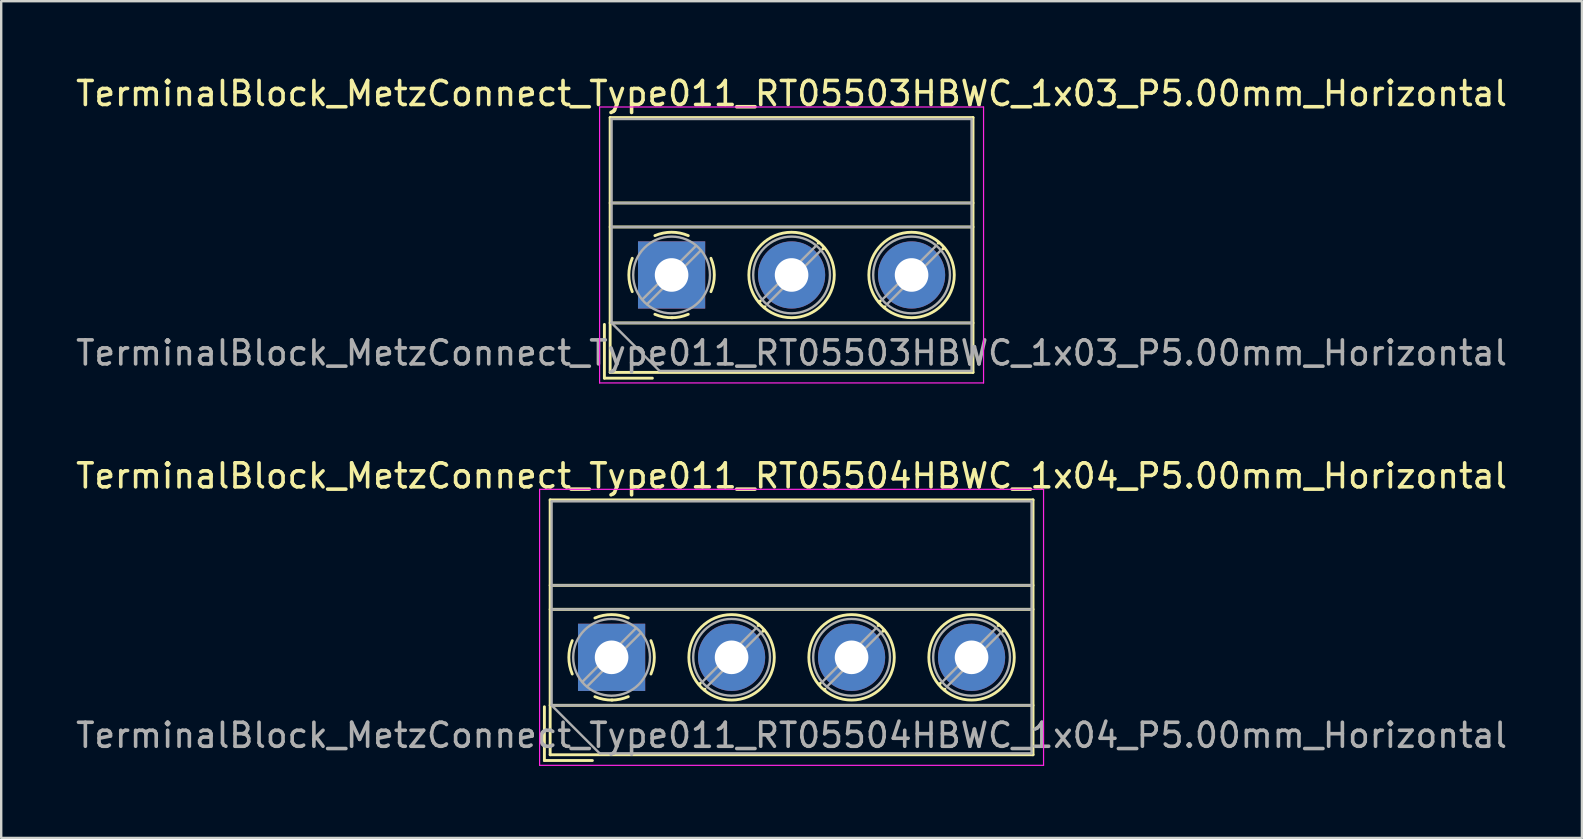
<source format=kicad_pcb>
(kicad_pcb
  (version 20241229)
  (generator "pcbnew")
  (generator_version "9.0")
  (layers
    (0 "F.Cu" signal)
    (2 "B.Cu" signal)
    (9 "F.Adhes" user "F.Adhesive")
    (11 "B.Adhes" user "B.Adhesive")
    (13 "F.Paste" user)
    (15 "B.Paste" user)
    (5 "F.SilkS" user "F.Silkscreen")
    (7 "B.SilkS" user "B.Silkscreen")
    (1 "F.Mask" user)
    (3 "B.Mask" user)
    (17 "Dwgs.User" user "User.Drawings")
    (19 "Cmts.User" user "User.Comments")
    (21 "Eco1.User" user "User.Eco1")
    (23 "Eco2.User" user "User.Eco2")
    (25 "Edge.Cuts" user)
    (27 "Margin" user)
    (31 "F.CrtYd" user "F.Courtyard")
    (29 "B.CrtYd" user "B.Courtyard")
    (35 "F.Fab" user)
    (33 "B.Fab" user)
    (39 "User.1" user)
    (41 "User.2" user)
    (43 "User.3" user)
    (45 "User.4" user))
  (footprint "TerminalBlock_MetzConnect_Type011_RT05503HBWC_1x03_P5.00mm_Horizontal"
    (layer "F.Cu")
    (at 24.935 8.408)
    (property "Reference" "TerminalBlock_MetzConnect_Type011_RT05503HBWC_1x03_P5.00mm_Horizontal" (at 5 -7.56 0) (layer "F.SilkS") (effects (font (size 1 1) (thickness 0.15))))
    (attr through_hole)
    (fp_line (start -2.8 2.06) (end -2.8 4.3) (stroke (width 0.12) (type solid)) (layer "F.SilkS"))
    (fp_line (start -2.8 4.3) (end -0.8 4.3) (stroke (width 0.12) (type solid)) (layer "F.SilkS"))
    (fp_line (start -2.56 -6.56) (end -2.56 4.06) (stroke (width 0.12) (type solid)) (layer "F.SilkS"))
    (fp_line (start -2.56 -6.56) (end 12.56 -6.56) (stroke (width 0.12) (type solid)) (layer "F.SilkS"))
    (fp_line (start -2.56 -3) (end 12.56 -3) (stroke (width 0.12) (type solid)) (layer "F.SilkS"))
    (fp_line (start -2.56 -2) (end 12.56 -2) (stroke (width 0.12) (type solid)) (layer "F.SilkS"))
    (fp_line (start -2.56 2) (end 12.56 2) (stroke (width 0.12) (type solid)) (layer "F.SilkS"))
    (fp_line (start -2.56 4.06) (end 12.56 4.06) (stroke (width 0.12) (type solid)) (layer "F.SilkS"))
    (fp_line (start 3.7 1.083) (end 3.65 1.133) (stroke (width 0.12) (type solid)) (layer "F.SilkS"))
    (fp_line (start 3.892 1.325) (end 3.868 1.35) (stroke (width 0.12) (type solid)) (layer "F.SilkS"))
    (fp_line (start 6.133 -1.35) (end 6.108 -1.326) (stroke (width 0.12) (type solid)) (layer "F.SilkS"))
    (fp_line (start 6.35 -1.133) (end 6.301 -1.083) (stroke (width 0.12) (type solid)) (layer "F.SilkS"))
    (fp_line (start 8.7 1.083) (end 8.65 1.133) (stroke (width 0.12) (type solid)) (layer "F.SilkS"))
    (fp_line (start 8.892 1.325) (end 8.868 1.35) (stroke (width 0.12) (type solid)) (layer "F.SilkS"))
    (fp_line (start 11.133 -1.35) (end 11.108 -1.326) (stroke (width 0.12) (type solid)) (layer "F.SilkS"))
    (fp_line (start 11.35 -1.133) (end 11.301 -1.083) (stroke (width 0.12) (type solid)) (layer "F.SilkS"))
    (fp_line (start 12.56 -6.56) (end 12.56 4.06) (stroke (width 0.12) (type solid)) (layer "F.SilkS"))
    (fp_arc (start -1.639206 0.695516) (mid -1.780657 -0.000263) (end -1.639 -0.696) (stroke (width 0.12) (type solid)) (layer "F.SilkS"))
    (fp_arc (start -0.695516 -1.639206) (mid 0.000263 -1.780657) (end 0.696 -1.639) (stroke (width 0.12) (type solid)) (layer "F.SilkS"))
    (fp_arc (start 0.030814 1.78039) (mid -0.340023 1.747891) (end -0.696 1.639) (stroke (width 0.12) (type solid)) (layer "F.SilkS"))
    (fp_arc (start 0.695501 1.638499) (mid 0.354875 1.744266) (end 0 1.78) (stroke (width 0.12) (type solid)) (layer "F.SilkS"))
    (fp_arc (start 1.639206 -0.695516) (mid 1.780657 0.000263) (end 1.639 0.696) (stroke (width 0.12) (type solid)) (layer "F.SilkS"))
    (fp_circle (center 5 0) (end 6.78 0) (stroke (width 0.12) (type solid)) (fill no) (layer "F.SilkS"))
    (fp_circle (center 10 0) (end 11.78 0) (stroke (width 0.12) (type solid)) (fill no) (layer "F.SilkS"))
    (fp_line (start -3 -7) (end -3 4.5) (stroke (width 0.05) (type solid)) (layer "F.CrtYd"))
    (fp_line (start -3 4.5) (end 13 4.5) (stroke (width 0.05) (type solid)) (layer "F.CrtYd"))
    (fp_line (start 13 -7) (end -3 -7) (stroke (width 0.05) (type solid)) (layer "F.CrtYd"))
    (fp_line (start 13 4.5) (end 13 -7) (stroke (width 0.05) (type solid)) (layer "F.CrtYd"))
    (fp_line (start -2.5 -6.5) (end 12.5 -6.5) (stroke (width 0.1) (type solid)) (layer "F.Fab"))
    (fp_line (start -2.5 -3) (end 12.5 -3) (stroke (width 0.1) (type solid)) (layer "F.Fab"))
    (fp_line (start -2.5 -2) (end 12.5 -2) (stroke (width 0.1) (type solid)) (layer "F.Fab"))
    (fp_line (start -2.5 2) (end -2.5 -6.5) (stroke (width 0.1) (type solid)) (layer "F.Fab"))
    (fp_line (start -2.5 2) (end 12.5 2) (stroke (width 0.1) (type solid)) (layer "F.Fab"))
    (fp_line (start -0.5 4) (end -2.5 2) (stroke (width 0.1) (type solid)) (layer "F.Fab"))
    (fp_line (start 1.019 -1.214) (end -1.214 1.018) (stroke (width 0.1) (type solid)) (layer "F.Fab"))
    (fp_line (start 1.214 -1.019) (end -1.019 1.214) (stroke (width 0.1) (type solid)) (layer "F.Fab"))
    (fp_line (start 6.019 -1.214) (end 3.787 1.018) (stroke (width 0.1) (type solid)) (layer "F.Fab"))
    (fp_line (start 6.214 -1.019) (end 3.982 1.214) (stroke (width 0.1) (type solid)) (layer "F.Fab"))
    (fp_line (start 11.019 -1.214) (end 8.787 1.018) (stroke (width 0.1) (type solid)) (layer "F.Fab"))
    (fp_line (start 11.214 -1.019) (end 8.982 1.214) (stroke (width 0.1) (type solid)) (layer "F.Fab"))
    (fp_line (start 12.5 -6.5) (end 12.5 4) (stroke (width 0.1) (type solid)) (layer "F.Fab"))
    (fp_line (start 12.5 4) (end -0.5 4) (stroke (width 0.1) (type solid)) (layer "F.Fab"))
    (fp_circle (center 0 0) (end 1.6 0) (stroke (width 0.1) (type solid)) (fill no) (layer "F.Fab"))
    (fp_circle (center 5 0) (end 6.6 0) (stroke (width 0.1) (type solid)) (fill no) (layer "F.Fab"))
    (fp_circle (center 10 0) (end 11.6 0) (stroke (width 0.1) (type solid)) (fill no) (layer "F.Fab"))
    (fp_text user "${REFERENCE}" (at 5 3.25 0) (layer "F.Fab") (effects (font (size 1 1) (thickness 0.15))))
    (pad "1" thru_hole rect (at 0 0) (size 2.8 2.8) (drill 1.4) (layers "*.Cu" "*.Mask"))
    (pad "2" thru_hole circle (at 5 0) (size 2.8 2.8) (drill 1.4) (layers "*.Cu" "*.Mask"))
    (pad "3" thru_hole circle (at 10 0) (size 2.8 2.8) (drill 1.4) (layers "*.Cu" "*.Mask")))
  (footprint "TerminalBlock_MetzConnect_Type011_RT05504HBWC_1x04_P5.00mm_Horizontal"
    (layer "F.Cu")
    (at 22.435 24.341)
    (property "Reference" "TerminalBlock_MetzConnect_Type011_RT05504HBWC_1x04_P5.00mm_Horizontal" (at 7.5 -7.56 0) (layer "F.SilkS") (effects (font (size 1 1) (thickness 0.15))))
    (attr through_hole)
    (fp_line (start -2.8 2.06) (end -2.8 4.3) (stroke (width 0.12) (type solid)) (layer "F.SilkS"))
    (fp_line (start -2.8 4.3) (end -0.8 4.3) (stroke (width 0.12) (type solid)) (layer "F.SilkS"))
    (fp_line (start -2.56 -6.56) (end -2.56 4.06) (stroke (width 0.12) (type solid)) (layer "F.SilkS"))
    (fp_line (start -2.56 -6.56) (end 17.561 -6.56) (stroke (width 0.12) (type solid)) (layer "F.SilkS"))
    (fp_line (start -2.56 -3) (end 17.561 -3) (stroke (width 0.12) (type solid)) (layer "F.SilkS"))
    (fp_line (start -2.56 -2) (end 17.561 -2) (stroke (width 0.12) (type solid)) (layer "F.SilkS"))
    (fp_line (start -2.56 2) (end 17.561 2) (stroke (width 0.12) (type solid)) (layer "F.SilkS"))
    (fp_line (start -2.56 4.06) (end 17.561 4.06) (stroke (width 0.12) (type solid)) (layer "F.SilkS"))
    (fp_line (start 3.7 1.083) (end 3.65 1.133) (stroke (width 0.12) (type solid)) (layer "F.SilkS"))
    (fp_line (start 3.892 1.325) (end 3.868 1.35) (stroke (width 0.12) (type solid)) (layer "F.SilkS"))
    (fp_line (start 6.133 -1.35) (end 6.108 -1.326) (stroke (width 0.12) (type solid)) (layer "F.SilkS"))
    (fp_line (start 6.35 -1.133) (end 6.301 -1.083) (stroke (width 0.12) (type solid)) (layer "F.SilkS"))
    (fp_line (start 8.7 1.083) (end 8.65 1.133) (stroke (width 0.12) (type solid)) (layer "F.SilkS"))
    (fp_line (start 8.892 1.325) (end 8.868 1.35) (stroke (width 0.12) (type solid)) (layer "F.SilkS"))
    (fp_line (start 11.133 -1.35) (end 11.108 -1.326) (stroke (width 0.12) (type solid)) (layer "F.SilkS"))
    (fp_line (start 11.35 -1.133) (end 11.301 -1.083) (stroke (width 0.12) (type solid)) (layer "F.SilkS"))
    (fp_line (start 13.7 1.083) (end 13.65 1.133) (stroke (width 0.12) (type solid)) (layer "F.SilkS"))
    (fp_line (start 13.892 1.325) (end 13.868 1.35) (stroke (width 0.12) (type solid)) (layer "F.SilkS"))
    (fp_line (start 16.133 -1.35) (end 16.108 -1.326) (stroke (width 0.12) (type solid)) (layer "F.SilkS"))
    (fp_line (start 16.35 -1.133) (end 16.301 -1.083) (stroke (width 0.12) (type solid)) (layer "F.SilkS"))
    (fp_line (start 17.561 -6.56) (end 17.561 4.06) (stroke (width 0.12) (type solid)) (layer "F.SilkS"))
    (fp_arc (start -1.639206 0.695516) (mid -1.780657 -0.000263) (end -1.639 -0.696) (stroke (width 0.12) (type solid)) (layer "F.SilkS"))
    (fp_arc (start -0.695516 -1.639206) (mid 0.000263 -1.780657) (end 0.696 -1.639) (stroke (width 0.12) (type solid)) (layer "F.SilkS"))
    (fp_arc (start 0.030814 1.78039) (mid -0.340023 1.747891) (end -0.696 1.639) (stroke (width 0.12) (type solid)) (layer "F.SilkS"))
    (fp_arc (start 0.695501 1.638499) (mid 0.354875 1.744266) (end 0 1.78) (stroke (width 0.12) (type solid)) (layer "F.SilkS"))
    (fp_arc (start 1.639206 -0.695516) (mid 1.780657 0.000263) (end 1.639 0.696) (stroke (width 0.12) (type solid)) (layer "F.SilkS"))
    (fp_circle (center 5 0) (end 6.78 0) (stroke (width 0.12) (type solid)) (fill no) (layer "F.SilkS"))
    (fp_circle (center 10 0) (end 11.78 0) (stroke (width 0.12) (type solid)) (fill no) (layer "F.SilkS"))
    (fp_circle (center 15 0) (end 16.78 0) (stroke (width 0.12) (type solid)) (fill no) (layer "F.SilkS"))
    (fp_line (start -3 -7) (end -3 4.5) (stroke (width 0.05) (type solid)) (layer "F.CrtYd"))
    (fp_line (start -3 4.5) (end 18 4.5) (stroke (width 0.05) (type solid)) (layer "F.CrtYd"))
    (fp_line (start 18 -7) (end -3 -7) (stroke (width 0.05) (type solid)) (layer "F.CrtYd"))
    (fp_line (start 18 4.5) (end 18 -7) (stroke (width 0.05) (type solid)) (layer "F.CrtYd"))
    (fp_line (start -2.5 -6.5) (end 17.5 -6.5) (stroke (width 0.1) (type solid)) (layer "F.Fab"))
    (fp_line (start -2.5 -3) (end 17.5 -3) (stroke (width 0.1) (type solid)) (layer "F.Fab"))
    (fp_line (start -2.5 -2) (end 17.5 -2) (stroke (width 0.1) (type solid)) (layer "F.Fab"))
    (fp_line (start -2.5 2) (end -2.5 -6.5) (stroke (width 0.1) (type solid)) (layer "F.Fab"))
    (fp_line (start -2.5 2) (end 17.5 2) (stroke (width 0.1) (type solid)) (layer "F.Fab"))
    (fp_line (start -0.5 4) (end -2.5 2) (stroke (width 0.1) (type solid)) (layer "F.Fab"))
    (fp_line (start 1.019 -1.214) (end -1.214 1.018) (stroke (width 0.1) (type solid)) (layer "F.Fab"))
    (fp_line (start 1.214 -1.019) (end -1.019 1.214) (stroke (width 0.1) (type solid)) (layer "F.Fab"))
    (fp_line (start 6.019 -1.214) (end 3.787 1.018) (stroke (width 0.1) (type solid)) (layer "F.Fab"))
    (fp_line (start 6.214 -1.019) (end 3.982 1.214) (stroke (width 0.1) (type solid)) (layer "F.Fab"))
    (fp_line (start 11.019 -1.214) (end 8.787 1.018) (stroke (width 0.1) (type solid)) (layer "F.Fab"))
    (fp_line (start 11.214 -1.019) (end 8.982 1.214) (stroke (width 0.1) (type solid)) (layer "F.Fab"))
    (fp_line (start 16.019 -1.214) (end 13.787 1.018) (stroke (width 0.1) (type solid)) (layer "F.Fab"))
    (fp_line (start 16.214 -1.019) (end 13.982 1.214) (stroke (width 0.1) (type solid)) (layer "F.Fab"))
    (fp_line (start 17.5 -6.5) (end 17.5 4) (stroke (width 0.1) (type solid)) (layer "F.Fab"))
    (fp_line (start 17.5 4) (end -0.5 4) (stroke (width 0.1) (type solid)) (layer "F.Fab"))
    (fp_circle (center 0 0) (end 1.6 0) (stroke (width 0.1) (type solid)) (fill no) (layer "F.Fab"))
    (fp_circle (center 5 0) (end 6.6 0) (stroke (width 0.1) (type solid)) (fill no) (layer "F.Fab"))
    (fp_circle (center 10 0) (end 11.6 0) (stroke (width 0.1) (type solid)) (fill no) (layer "F.Fab"))
    (fp_circle (center 15 0) (end 16.6 0) (stroke (width 0.1) (type solid)) (fill no) (layer "F.Fab"))
    (fp_text user "${REFERENCE}" (at 7.5 3.25 0) (layer "F.Fab") (effects (font (size 1 1) (thickness 0.15))))
    (pad "1" thru_hole rect (at 0 0) (size 2.8 2.8) (drill 1.4) (layers "*.Cu" "*.Mask"))
    (pad "2" thru_hole circle (at 5 0) (size 2.8 2.8) (drill 1.4) (layers "*.Cu" "*.Mask"))
    (pad "3" thru_hole circle (at 10 0) (size 2.8 2.8) (drill 1.4) (layers "*.Cu" "*.Mask"))
    (pad "4" thru_hole circle (at 15 0) (size 2.8 2.8) (drill 1.4) (layers "*.Cu" "*.Mask")))
  (gr_rect
    (start -3 -3)
    (end 62.869 31.866)
    (stroke (width 0.1) (type default))
    (fill no)
    (layer "Edge.Cuts")))
</source>
